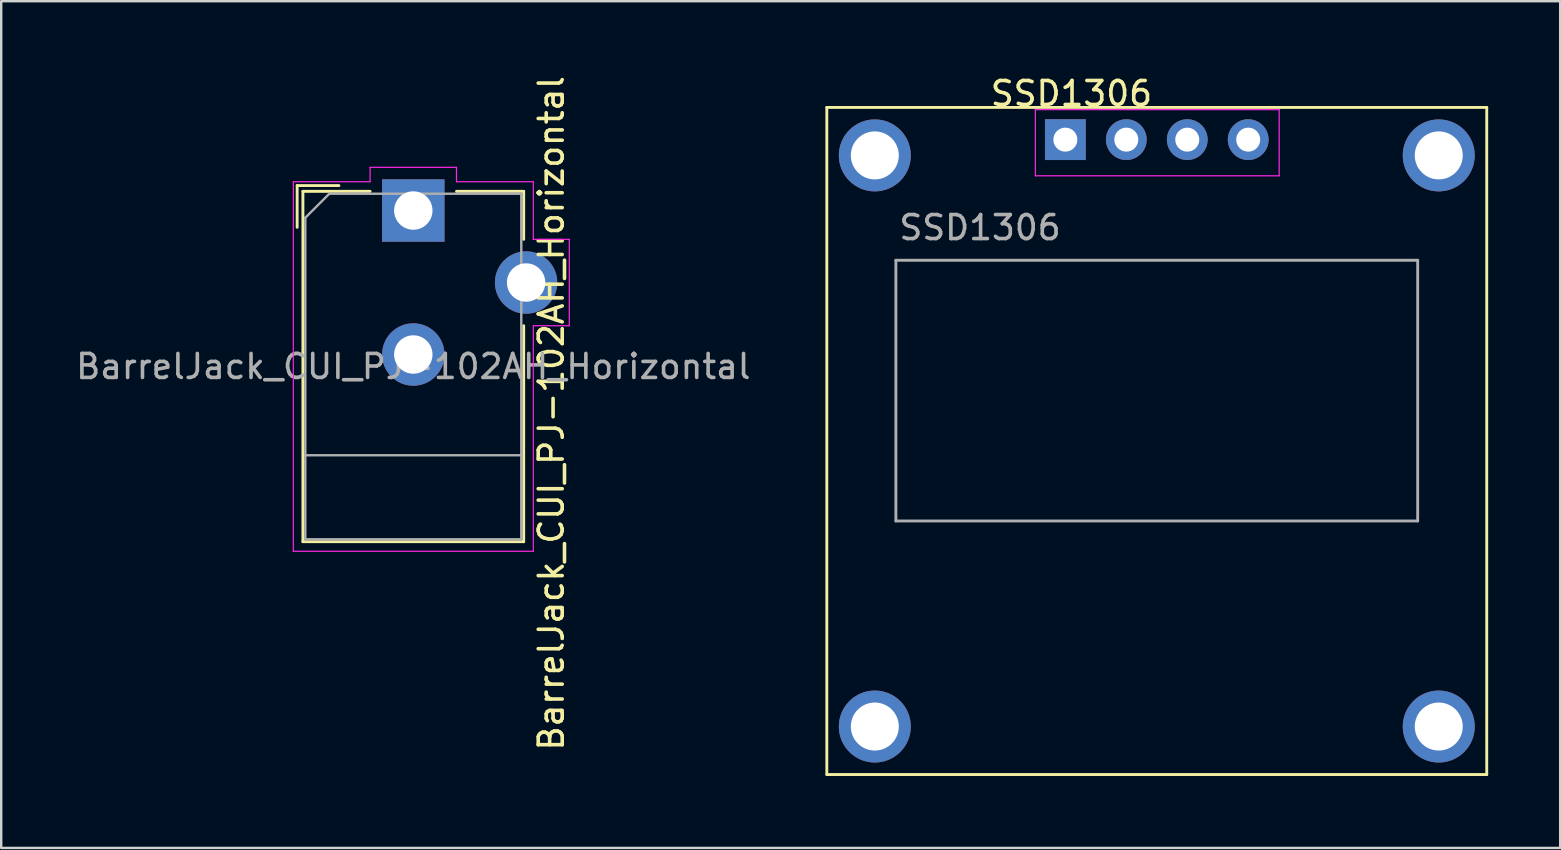
<source format=kicad_pcb>
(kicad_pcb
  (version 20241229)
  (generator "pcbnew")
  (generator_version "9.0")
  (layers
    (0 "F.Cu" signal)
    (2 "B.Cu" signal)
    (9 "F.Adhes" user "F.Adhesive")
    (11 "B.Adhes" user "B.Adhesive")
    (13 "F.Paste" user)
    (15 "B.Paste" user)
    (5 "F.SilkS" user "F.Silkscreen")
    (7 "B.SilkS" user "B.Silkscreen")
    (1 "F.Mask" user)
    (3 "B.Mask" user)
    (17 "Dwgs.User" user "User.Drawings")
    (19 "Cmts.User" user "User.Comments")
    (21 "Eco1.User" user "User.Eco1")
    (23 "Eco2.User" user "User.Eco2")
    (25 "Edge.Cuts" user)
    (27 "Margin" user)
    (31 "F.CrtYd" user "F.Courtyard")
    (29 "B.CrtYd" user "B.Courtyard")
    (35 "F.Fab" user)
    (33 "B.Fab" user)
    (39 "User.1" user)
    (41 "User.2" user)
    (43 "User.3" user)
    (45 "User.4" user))
  (footprint "BarrelJack_CUI_PJ-102AH_Horizontal"
    (layer "F.Cu")
    (at 14.173 5.723)
    (property "Reference" "BarrelJack_CUI_PJ-102AH_Horizontal" (at 5.75 8.45 90) (layer "F.SilkS") (effects (font (size 1 1) (thickness 0.15))))
    (attr through_hole)
    (fp_line (start -4.84 -1.04) (end -3.1 -1.04) (stroke (width 0.12) (type solid)) (layer "F.SilkS"))
    (fp_line (start -4.84 0.7) (end -4.84 -1.04) (stroke (width 0.12) (type solid)) (layer "F.SilkS"))
    (fp_line (start -4.6 -0.8) (end -1.8 -0.8) (stroke (width 0.12) (type solid)) (layer "F.SilkS"))
    (fp_line (start -4.6 13.8) (end -4.6 -0.8) (stroke (width 0.12) (type solid)) (layer "F.SilkS"))
    (fp_line (start 1.8 -0.8) (end 4.6 -0.8) (stroke (width 0.12) (type solid)) (layer "F.SilkS"))
    (fp_line (start 4.6 -0.8) (end 4.6 1.2) (stroke (width 0.12) (type solid)) (layer "F.SilkS"))
    (fp_line (start 4.6 4.8) (end 4.6 13.8) (stroke (width 0.12) (type solid)) (layer "F.SilkS"))
    (fp_line (start 4.6 13.8) (end -4.6 13.8) (stroke (width 0.12) (type solid)) (layer "F.SilkS"))
    (fp_line (start -5 -1.2) (end -1.8 -1.2) (stroke (width 0.05) (type solid)) (layer "F.CrtYd"))
    (fp_line (start -5 14.2) (end -5 -1.2) (stroke (width 0.05) (type solid)) (layer "F.CrtYd"))
    (fp_line (start -1.8 -1.8) (end 1.8 -1.8) (stroke (width 0.05) (type solid)) (layer "F.CrtYd"))
    (fp_line (start -1.8 -1.2) (end -1.8 -1.8) (stroke (width 0.05) (type solid)) (layer "F.CrtYd"))
    (fp_line (start 1.8 -1.8) (end 1.8 -1.2) (stroke (width 0.05) (type solid)) (layer "F.CrtYd"))
    (fp_line (start 1.8 -1.2) (end 5 -1.2) (stroke (width 0.05) (type solid)) (layer "F.CrtYd"))
    (fp_line (start 5 -1.2) (end 5 1.2) (stroke (width 0.05) (type solid)) (layer "F.CrtYd"))
    (fp_line (start 5 1.2) (end 6.5 1.2) (stroke (width 0.05) (type solid)) (layer "F.CrtYd"))
    (fp_line (start 5 4.8) (end 5 14.2) (stroke (width 0.05) (type solid)) (layer "F.CrtYd"))
    (fp_line (start 5 14.2) (end -5 14.2) (stroke (width 0.05) (type solid)) (layer "F.CrtYd"))
    (fp_line (start 6.5 1.2) (end 6.5 4.8) (stroke (width 0.05) (type solid)) (layer "F.CrtYd"))
    (fp_line (start 6.5 4.8) (end 5 4.8) (stroke (width 0.05) (type solid)) (layer "F.CrtYd"))
    (fp_line (start -4.5 0.3) (end -3.5 -0.7) (stroke (width 0.1) (type solid)) (layer "F.Fab"))
    (fp_line (start -4.5 10.2) (end 4.5 10.2) (stroke (width 0.1) (type solid)) (layer "F.Fab"))
    (fp_line (start -4.5 13.7) (end -4.5 0.3) (stroke (width 0.1) (type solid)) (layer "F.Fab"))
    (fp_line (start -3.5 -0.7) (end 4.5 -0.7) (stroke (width 0.1) (type solid)) (layer "F.Fab"))
    (fp_line (start 4.5 -0.7) (end 4.5 13.7) (stroke (width 0.1) (type solid)) (layer "F.Fab"))
    (fp_line (start 4.5 13.7) (end -4.5 13.7) (stroke (width 0.1) (type solid)) (layer "F.Fab"))
    (fp_text user "${REFERENCE}" (at 0 6.5 0) (layer "F.Fab") (effects (font (size 1 1) (thickness 0.15))))
    (pad "1" thru_hole rect (at 0 0) (size 2.6 2.6) (drill 1.6) (layers "*.Cu" "*.Mask"))
    (pad "2" thru_hole circle (at 0 6) (size 2.6 2.6) (drill 1.6) (layers "*.Cu" "*.Mask"))
    (pad "MP" thru_hole circle (at 4.7 3) (size 2.6 2.6) (drill 1.6) (layers "*.Cu" "*.Mask")))
  (footprint "SSD1306"
    (layer "F.Cu")
    (at 48.965 3.007)
    (property "Reference" "SSD1306" (at -7.366 -2.159 180) (layer "F.SilkS") (effects (font (size 1 1) (thickness 0.15))))
    (attr through_hole)
    (fp_line (start -17.56 -1.581) (end 9.94 -1.581) (stroke (width 0.12) (type solid)) (layer "F.SilkS"))
    (fp_line (start -17.56 26.219) (end -17.56 -1.581) (stroke (width 0.12) (type solid)) (layer "F.SilkS"))
    (fp_line (start 9.94 -1.581) (end 9.94 26.219) (stroke (width 0.12) (type solid)) (layer "F.SilkS"))
    (fp_line (start 9.94 26.219) (end -17.56 26.219) (stroke (width 0.12) (type solid)) (layer "F.SilkS"))
    (fp_line (start -8.87 -1.488) (end 1.29 -1.488) (stroke (width 0.05) (type solid)) (layer "F.CrtYd"))
    (fp_line (start -8.87 1.27) (end -8.87 -1.488) (stroke (width 0.05) (type solid)) (layer "F.CrtYd"))
    (fp_line (start -8.87 1.27) (end 1.29 1.27) (stroke (width 0.05) (type solid)) (layer "F.CrtYd"))
    (fp_line (start 1.29 -1.488) (end 1.29 1.27) (stroke (width 0.05) (type solid)) (layer "F.CrtYd"))
    (fp_line (start -14.682 4.789) (end -14.682 15.653) (stroke (width 0.12) (type solid)) (layer "F.Fab"))
    (fp_line (start -14.682 4.789) (end 7.062 4.789) (stroke (width 0.12) (type solid)) (layer "F.Fab"))
    (fp_line (start -14.682 15.653) (end 7.062 15.653) (stroke (width 0.12) (type solid)) (layer "F.Fab"))
    (fp_line (start 7.062 4.789) (end 7.062 15.653) (stroke (width 0.12) (type solid)) (layer "F.Fab"))
    (fp_text user "${REFERENCE}" (at -11.176 3.429 180) (layer "F.Fab") (effects (font (size 1 1) (thickness 0.15))))
    (pad "1" thru_hole rect (at -7.62 -0.238 90) (size 1.7 1.7) (drill 1) (layers "*.Cu" "*.Mask"))
    (pad "2" thru_hole oval (at -5.08 -0.238 90) (size 1.7 1.7) (drill 1) (layers "*.Cu" "*.Mask"))
    (pad "3" thru_hole oval (at -2.54 -0.238 90) (size 1.7 1.7) (drill 1) (layers "*.Cu" "*.Mask"))
    (pad "4" thru_hole oval (at 0 -0.238 90) (size 1.7 1.7) (drill 1) (layers "*.Cu" "*.Mask"))
    (pad "~" thru_hole circle (at -15.56 0.419) (size 3 3) (drill 2) (layers "*.Cu" "*.Mask"))
    (pad "~" thru_hole circle (at -15.56 24.219) (size 3 3) (drill 2) (layers "*.Cu" "*.Mask"))
    (pad "~" thru_hole circle (at 7.94 0.419) (size 3 3) (drill 2) (layers "*.Cu" "*.Mask"))
    (pad "~" thru_hole circle (at 7.94 24.219) (size 3 3) (drill 2) (layers "*.Cu" "*.Mask")))
  (gr_rect
    (start -3 -3)
    (end 61.965 32.286)
    (stroke (width 0.1) (type default))
    (fill no)
    (layer "Edge.Cuts")))
</source>
